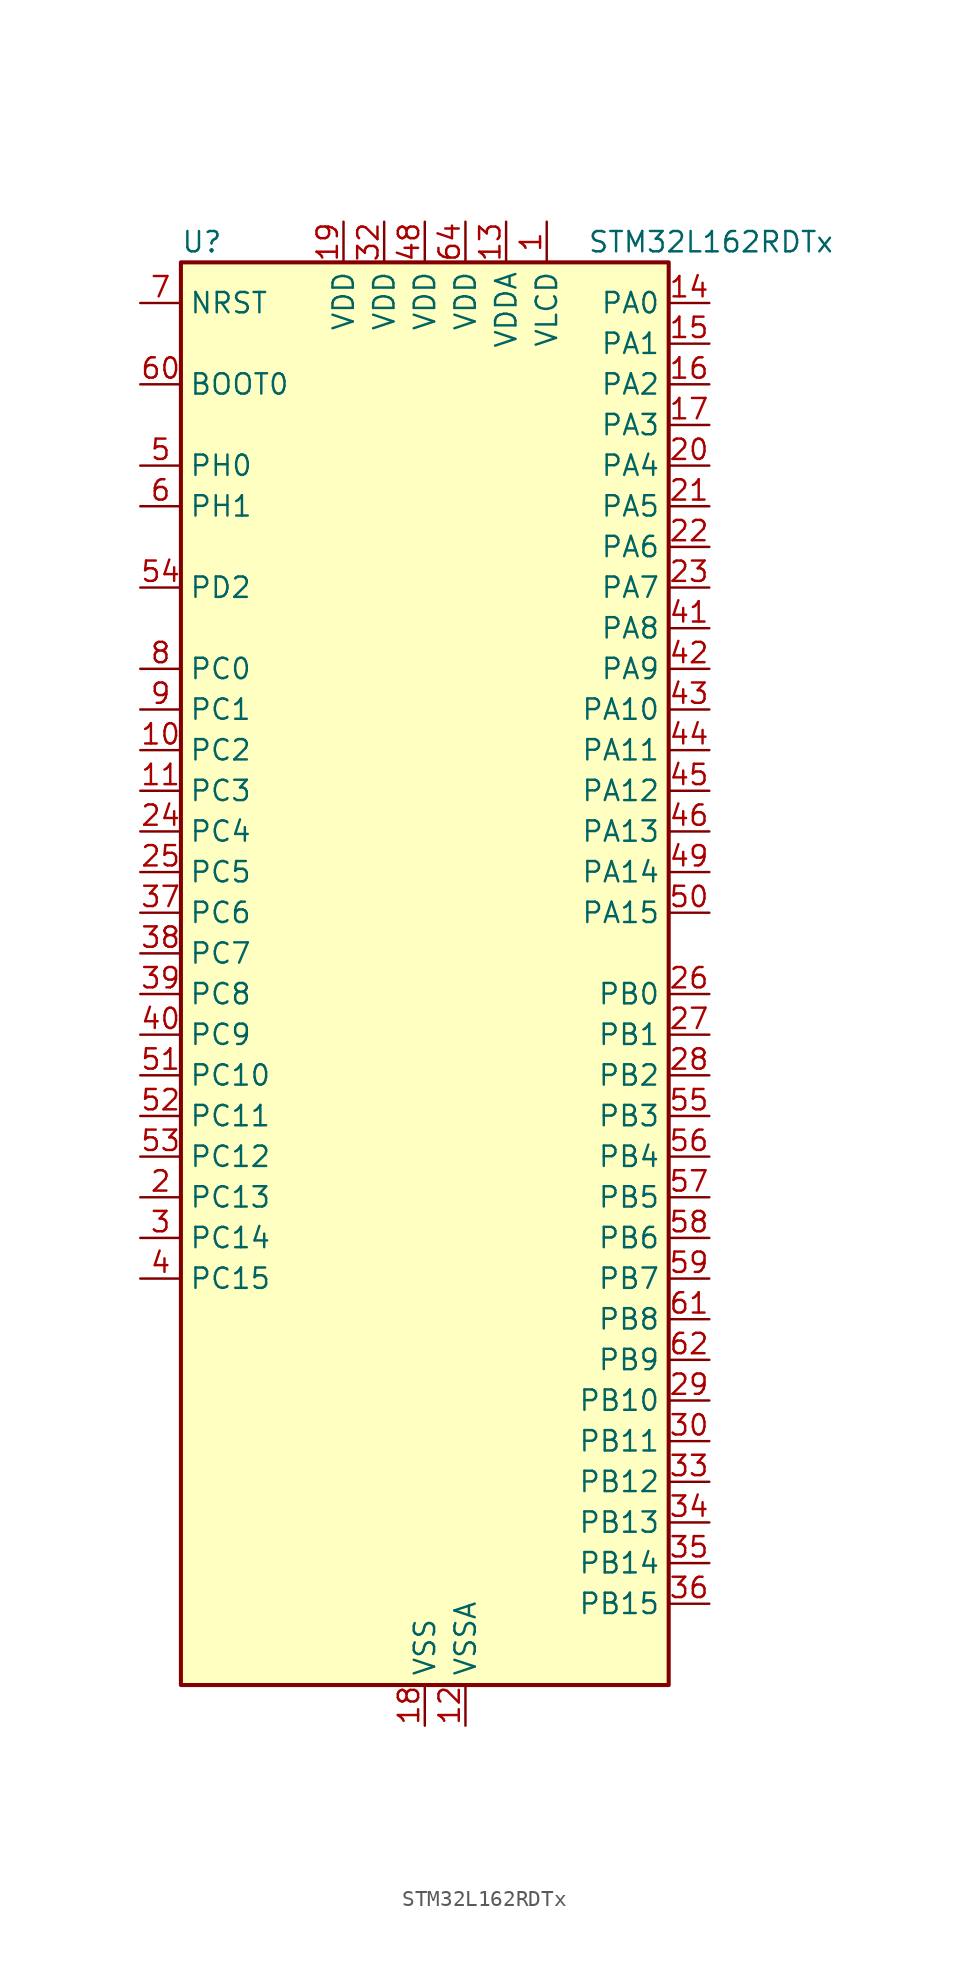
<source format=kicad_sym>
(kicad_symbol_lib
  (version 20231120)
  (generator "kicad-library-utils")
  (generator_version "8.0")
  (symbol "STM32L162RDTx"
    (property "Reference" "U"
      (at -15.24 46.99 0)
      (effects (font (size 1.27 1.27)) (justify left)))
    (property "Value" "STM32L162RDTx"
      (at 10.16 46.99 0)
      (effects (font (size 1.27 1.27)) (justify left)))
    (symbol "STM32L162RDTx_0_1"
      (rectangle (start -15.24 -43.18) (end 15.24 45.72) (stroke (width 0.254) (type default)) (fill (type background))))
    (symbol "STM32L162RDTx_1_1"
      (pin power_in line (at 7.62 48.26 270) (length 2.54) (name "VLCD" (effects (font (size 1.27 1.27)))) (number "1" (effects (font (size 1.27 1.27)))))
      (pin bidirectional line (at -17.78 15.24 0) (length 2.54) (name "PC2" (effects (font (size 1.27 1.27)))) (number "10" (effects (font (size 1.27 1.27)))) (alternate "ADC_IN12" bidirectional line) (alternate "COMP1_INP" bidirectional line) (alternate "LCD_SEG20" bidirectional line) (alternate "OPAMP3_VINM" bidirectional line) (alternate "TIMX_IC3" bidirectional line) (alternate "TS_G8_IO3" bidirectional line))
      (pin bidirectional line (at -17.78 12.7 0) (length 2.54) (name "PC3" (effects (font (size 1.27 1.27)))) (number "11" (effects (font (size 1.27 1.27)))) (alternate "ADC_IN13" bidirectional line) (alternate "COMP1_INP" bidirectional line) (alternate "LCD_SEG21" bidirectional line) (alternate "OPAMP3_VOUT" bidirectional line) (alternate "TIMX_IC4" bidirectional line) (alternate "TS_G8_IO4" bidirectional line))
      (pin power_in line (at 2.54 -45.72 90) (length 2.54) (name "VSSA" (effects (font (size 1.27 1.27)))) (number "12" (effects (font (size 1.27 1.27)))))
      (pin power_in line (at 5.08 48.26 270) (length 2.54) (name "VDDA" (effects (font (size 1.27 1.27)))) (number "13" (effects (font (size 1.27 1.27)))))
      (pin bidirectional line (at 17.78 43.18 180) (length 2.54) (name "PA0" (effects (font (size 1.27 1.27)))) (number "14" (effects (font (size 1.27 1.27)))) (alternate "ADC_IN0" bidirectional line) (alternate "COMP1_INP" bidirectional line) (alternate "RTC_TAMP2" bidirectional line) (alternate "SYS_WKUP1" bidirectional line) (alternate "TIM2_CH1" bidirectional line) (alternate "TIM2_ETR" bidirectional line) (alternate "TIM5_CH1" bidirectional line) (alternate "TIMX_IC1" bidirectional line) (alternate "TS_G1_IO1" bidirectional line) (alternate "USART2_CTS" bidirectional line))
      (pin bidirectional line (at 17.78 40.64 180) (length 2.54) (name "PA1" (effects (font (size 1.27 1.27)))) (number "15" (effects (font (size 1.27 1.27)))) (alternate "ADC_IN1" bidirectional line) (alternate "COMP1_INP" bidirectional line) (alternate "LCD_SEG0" bidirectional line) (alternate "OPAMP1_VINP" bidirectional line) (alternate "TIM2_CH2" bidirectional line) (alternate "TIM5_CH2" bidirectional line) (alternate "TIMX_IC2" bidirectional line) (alternate "TS_G1_IO2" bidirectional line) (alternate "USART2_RTS" bidirectional line))
      (pin bidirectional line (at 17.78 38.1 180) (length 2.54) (name "PA2" (effects (font (size 1.27 1.27)))) (number "16" (effects (font (size 1.27 1.27)))) (alternate "ADC_IN2" bidirectional line) (alternate "COMP1_INP" bidirectional line) (alternate "LCD_SEG1" bidirectional line) (alternate "OPAMP1_VINM" bidirectional line) (alternate "TIM2_CH3" bidirectional line) (alternate "TIM5_CH3" bidirectional line) (alternate "TIM9_CH1" bidirectional line) (alternate "TIMX_IC3" bidirectional line) (alternate "TS_G1_IO3" bidirectional line) (alternate "USART2_TX" bidirectional line))
      (pin bidirectional line (at 17.78 35.56 180) (length 2.54) (name "PA3" (effects (font (size 1.27 1.27)))) (number "17" (effects (font (size 1.27 1.27)))) (alternate "ADC_IN3" bidirectional line) (alternate "COMP1_INP" bidirectional line) (alternate "LCD_SEG2" bidirectional line) (alternate "OPAMP1_VOUT" bidirectional line) (alternate "TIM2_CH4" bidirectional line) (alternate "TIM5_CH4" bidirectional line) (alternate "TIM9_CH2" bidirectional line) (alternate "TIMX_IC4" bidirectional line) (alternate "TS_G1_IO4" bidirectional line) (alternate "USART2_RX" bidirectional line))
      (pin power_in line (at 0 -45.72 90) (length 2.54) (name "VSS" (effects (font (size 1.27 1.27)))) (number "18" (effects (font (size 1.27 1.27)))))
      (pin power_in line (at -5.08 48.26 270) (length 2.54) (name "VDD" (effects (font (size 1.27 1.27)))) (number "19" (effects (font (size 1.27 1.27)))))
      (pin bidirectional line (at -17.78 -12.7 0) (length 2.54) (name "PC13" (effects (font (size 1.27 1.27)))) (number "2" (effects (font (size 1.27 1.27)))) (alternate "RTC_OUT_ALARM" bidirectional line) (alternate "RTC_OUT_CALIB" bidirectional line) (alternate "RTC_TAMP1" bidirectional line) (alternate "RTC_TS" bidirectional line) (alternate "SYS_WKUP2" bidirectional line) (alternate "TIMX_IC2" bidirectional line))
      (pin bidirectional line (at 17.78 33.02 180) (length 2.54) (name "PA4" (effects (font (size 1.27 1.27)))) (number "20" (effects (font (size 1.27 1.27)))) (alternate "ADC_IN4" bidirectional line) (alternate "COMP1_INP" bidirectional line) (alternate "DAC_OUT1" bidirectional line) (alternate "I2S3_WS" bidirectional line) (alternate "SPI1_NSS" bidirectional line) (alternate "SPI3_NSS" bidirectional line) (alternate "TIMX_IC1" bidirectional line) (alternate "USART2_CK" bidirectional line))
      (pin bidirectional line (at 17.78 30.48 180) (length 2.54) (name "PA5" (effects (font (size 1.27 1.27)))) (number "21" (effects (font (size 1.27 1.27)))) (alternate "ADC_IN5" bidirectional line) (alternate "COMP1_INP" bidirectional line) (alternate "DAC_OUT2" bidirectional line) (alternate "SPI1_SCK" bidirectional line) (alternate "TIM2_CH1" bidirectional line) (alternate "TIM2_ETR" bidirectional line) (alternate "TIMX_IC2" bidirectional line))
      (pin bidirectional line (at 17.78 27.94 180) (length 2.54) (name "PA6" (effects (font (size 1.27 1.27)))) (number "22" (effects (font (size 1.27 1.27)))) (alternate "ADC_IN6" bidirectional line) (alternate "COMP1_INP" bidirectional line) (alternate "LCD_SEG3" bidirectional line) (alternate "OPAMP2_VINP" bidirectional line) (alternate "SPI1_MISO" bidirectional line) (alternate "TIM10_CH1" bidirectional line) (alternate "TIM3_CH1" bidirectional line) (alternate "TIMX_IC3" bidirectional line) (alternate "TS_G2_IO1" bidirectional line))
      (pin bidirectional line (at 17.78 25.4 180) (length 2.54) (name "PA7" (effects (font (size 1.27 1.27)))) (number "23" (effects (font (size 1.27 1.27)))) (alternate "ADC_IN7" bidirectional line) (alternate "COMP1_INP" bidirectional line) (alternate "LCD_SEG4" bidirectional line) (alternate "OPAMP2_VINM" bidirectional line) (alternate "SPI1_MOSI" bidirectional line) (alternate "TIM11_CH1" bidirectional line) (alternate "TIM3_CH2" bidirectional line) (alternate "TIMX_IC4" bidirectional line) (alternate "TS_G2_IO2" bidirectional line))
      (pin bidirectional line (at -17.78 10.16 0) (length 2.54) (name "PC4" (effects (font (size 1.27 1.27)))) (number "24" (effects (font (size 1.27 1.27)))) (alternate "ADC_IN14" bidirectional line) (alternate "COMP1_INP" bidirectional line) (alternate "LCD_SEG22" bidirectional line) (alternate "TIMX_IC1" bidirectional line) (alternate "TS_G9_IO1" bidirectional line))
      (pin bidirectional line (at -17.78 7.62 0) (length 2.54) (name "PC5" (effects (font (size 1.27 1.27)))) (number "25" (effects (font (size 1.27 1.27)))) (alternate "ADC_IN15" bidirectional line) (alternate "COMP1_INP" bidirectional line) (alternate "LCD_SEG23" bidirectional line) (alternate "TIMX_IC2" bidirectional line) (alternate "TS_G9_IO2" bidirectional line))
      (pin bidirectional line (at 17.78 0 180) (length 2.54) (name "PB0" (effects (font (size 1.27 1.27)))) (number "26" (effects (font (size 1.27 1.27)))) (alternate "ADC_IN8" bidirectional line) (alternate "COMP1_INP" bidirectional line) (alternate "LCD_SEG5" bidirectional line) (alternate "OPAMP2_VOUT" bidirectional line) (alternate "SYS_V_REF_OUT" bidirectional line) (alternate "TIM3_CH3" bidirectional line) (alternate "TS_G3_IO1" bidirectional line))
      (pin bidirectional line (at 17.78 -2.54 180) (length 2.54) (name "PB1" (effects (font (size 1.27 1.27)))) (number "27" (effects (font (size 1.27 1.27)))) (alternate "ADC_IN9" bidirectional line) (alternate "COMP1_INP" bidirectional line) (alternate "LCD_SEG6" bidirectional line) (alternate "SYS_V_REF_OUT" bidirectional line) (alternate "TIM3_CH4" bidirectional line) (alternate "TS_G3_IO2" bidirectional line))
      (pin bidirectional line (at 17.78 -5.08 180) (length 2.54) (name "PB2" (effects (font (size 1.27 1.27)))) (number "28" (effects (font (size 1.27 1.27)))) (alternate "TS_G3_IO3" bidirectional line))
      (pin bidirectional line (at 17.78 -25.4 180) (length 2.54) (name "PB10" (effects (font (size 1.27 1.27)))) (number "29" (effects (font (size 1.27 1.27)))) (alternate "I2C2_SCL" bidirectional line) (alternate "LCD_SEG10" bidirectional line) (alternate "TIM2_CH3" bidirectional line) (alternate "USART3_TX" bidirectional line))
      (pin bidirectional line (at -17.78 -15.24 0) (length 2.54) (name "PC14" (effects (font (size 1.27 1.27)))) (number "3" (effects (font (size 1.27 1.27)))) (alternate "RCC_OSC32_IN" bidirectional line) (alternate "TIMX_IC3" bidirectional line))
      (pin bidirectional line (at 17.78 -27.94 180) (length 2.54) (name "PB11" (effects (font (size 1.27 1.27)))) (number "30" (effects (font (size 1.27 1.27)))) (alternate "ADC_EXTI11" bidirectional line) (alternate "I2C2_SDA" bidirectional line) (alternate "LCD_SEG11" bidirectional line) (alternate "TIM2_CH4" bidirectional line) (alternate "USART3_RX" bidirectional line))
      (pin passive line (at 0 -45.72 90) (length 2.54) hide (name "VSS" (effects (font (size 1.27 1.27)))) (number "31" (effects (font (size 1.27 1.27)))))
      (pin power_in line (at -2.54 48.26 270) (length 2.54) (name "VDD" (effects (font (size 1.27 1.27)))) (number "32" (effects (font (size 1.27 1.27)))))
      (pin bidirectional line (at 17.78 -30.48 180) (length 2.54) (name "PB12" (effects (font (size 1.27 1.27)))) (number "33" (effects (font (size 1.27 1.27)))) (alternate "ADC_IN18" bidirectional line) (alternate "COMP1_INP" bidirectional line) (alternate "I2C2_SMBA" bidirectional line) (alternate "I2S2_WS" bidirectional line) (alternate "LCD_SEG12" bidirectional line) (alternate "SPI2_NSS" bidirectional line) (alternate "TIM10_CH1" bidirectional line) (alternate "TS_G7_IO1" bidirectional line) (alternate "USART3_CK" bidirectional line))
      (pin bidirectional line (at 17.78 -33.02 180) (length 2.54) (name "PB13" (effects (font (size 1.27 1.27)))) (number "34" (effects (font (size 1.27 1.27)))) (alternate "ADC_IN19" bidirectional line) (alternate "COMP1_INP" bidirectional line) (alternate "I2S2_CK" bidirectional line) (alternate "LCD_SEG13" bidirectional line) (alternate "SPI2_SCK" bidirectional line) (alternate "TIM9_CH1" bidirectional line) (alternate "TS_G7_IO2" bidirectional line) (alternate "USART3_CTS" bidirectional line))
      (pin bidirectional line (at 17.78 -35.56 180) (length 2.54) (name "PB14" (effects (font (size 1.27 1.27)))) (number "35" (effects (font (size 1.27 1.27)))) (alternate "ADC_IN20" bidirectional line) (alternate "COMP1_INP" bidirectional line) (alternate "LCD_SEG14" bidirectional line) (alternate "SPI2_MISO" bidirectional line) (alternate "TIM9_CH2" bidirectional line) (alternate "TS_G7_IO3" bidirectional line) (alternate "USART3_RTS" bidirectional line))
      (pin bidirectional line (at 17.78 -38.1 180) (length 2.54) (name "PB15" (effects (font (size 1.27 1.27)))) (number "36" (effects (font (size 1.27 1.27)))) (alternate "ADC_EXTI15" bidirectional line) (alternate "ADC_IN21" bidirectional line) (alternate "COMP1_INP" bidirectional line) (alternate "I2S2_SD" bidirectional line) (alternate "LCD_SEG15" bidirectional line) (alternate "RTC_REFIN" bidirectional line) (alternate "SPI2_MOSI" bidirectional line) (alternate "TIM11_CH1" bidirectional line) (alternate "TS_G7_IO4" bidirectional line))
      (pin bidirectional line (at -17.78 5.08 0) (length 2.54) (name "PC6" (effects (font (size 1.27 1.27)))) (number "37" (effects (font (size 1.27 1.27)))) (alternate "I2S2_MCK" bidirectional line) (alternate "LCD_SEG24" bidirectional line) (alternate "SDIO_D6" bidirectional line) (alternate "TIM3_CH1" bidirectional line) (alternate "TIMX_IC3" bidirectional line) (alternate "TS_G10_IO1" bidirectional line))
      (pin bidirectional line (at -17.78 2.54 0) (length 2.54) (name "PC7" (effects (font (size 1.27 1.27)))) (number "38" (effects (font (size 1.27 1.27)))) (alternate "I2S3_MCK" bidirectional line) (alternate "LCD_SEG25" bidirectional line) (alternate "SDIO_D7" bidirectional line) (alternate "TIM3_CH2" bidirectional line) (alternate "TIMX_IC4" bidirectional line) (alternate "TS_G10_IO2" bidirectional line))
      (pin bidirectional line (at -17.78 0 0) (length 2.54) (name "PC8" (effects (font (size 1.27 1.27)))) (number "39" (effects (font (size 1.27 1.27)))) (alternate "LCD_SEG26" bidirectional line) (alternate "SDIO_D0" bidirectional line) (alternate "TIM3_CH3" bidirectional line) (alternate "TIMX_IC1" bidirectional line) (alternate "TS_G10_IO3" bidirectional line))
      (pin bidirectional line (at -17.78 -17.78 0) (length 2.54) (name "PC15" (effects (font (size 1.27 1.27)))) (number "4" (effects (font (size 1.27 1.27)))) (alternate "ADC_EXTI15" bidirectional line) (alternate "RCC_OSC32_OUT" bidirectional line) (alternate "TIMX_IC4" bidirectional line))
      (pin bidirectional line (at -17.78 -2.54 0) (length 2.54) (name "PC9" (effects (font (size 1.27 1.27)))) (number "40" (effects (font (size 1.27 1.27)))) (alternate "DAC_EXTI9" bidirectional line) (alternate "LCD_SEG27" bidirectional line) (alternate "SDIO_D1" bidirectional line) (alternate "TIM3_CH4" bidirectional line) (alternate "TIMX_IC2" bidirectional line) (alternate "TS_G10_IO4" bidirectional line))
      (pin bidirectional line (at 17.78 22.86 180) (length 2.54) (name "PA8" (effects (font (size 1.27 1.27)))) (number "41" (effects (font (size 1.27 1.27)))) (alternate "LCD_COM0" bidirectional line) (alternate "RCC_MCO" bidirectional line) (alternate "TIMX_IC1" bidirectional line) (alternate "TS_G4_IO1" bidirectional line) (alternate "USART1_CK" bidirectional line))
      (pin bidirectional line (at 17.78 20.32 180) (length 2.54) (name "PA9" (effects (font (size 1.27 1.27)))) (number "42" (effects (font (size 1.27 1.27)))) (alternate "DAC_EXTI9" bidirectional line) (alternate "LCD_COM1" bidirectional line) (alternate "TIMX_IC2" bidirectional line) (alternate "TS_G4_IO2" bidirectional line) (alternate "USART1_TX" bidirectional line))
      (pin bidirectional line (at 17.78 17.78 180) (length 2.54) (name "PA10" (effects (font (size 1.27 1.27)))) (number "43" (effects (font (size 1.27 1.27)))) (alternate "LCD_COM2" bidirectional line) (alternate "TIMX_IC3" bidirectional line) (alternate "TS_G4_IO3" bidirectional line) (alternate "USART1_RX" bidirectional line))
      (pin bidirectional line (at 17.78 15.24 180) (length 2.54) (name "PA11" (effects (font (size 1.27 1.27)))) (number "44" (effects (font (size 1.27 1.27)))) (alternate "ADC_EXTI11" bidirectional line) (alternate "SPI1_MISO" bidirectional line) (alternate "TIMX_IC4" bidirectional line) (alternate "USART1_CTS" bidirectional line) (alternate "USB_DM" bidirectional line))
      (pin bidirectional line (at 17.78 12.7 180) (length 2.54) (name "PA12" (effects (font (size 1.27 1.27)))) (number "45" (effects (font (size 1.27 1.27)))) (alternate "SPI1_MOSI" bidirectional line) (alternate "TIMX_IC1" bidirectional line) (alternate "USART1_RTS" bidirectional line) (alternate "USB_DP" bidirectional line))
      (pin bidirectional line (at 17.78 10.16 180) (length 2.54) (name "PA13" (effects (font (size 1.27 1.27)))) (number "46" (effects (font (size 1.27 1.27)))) (alternate "SYS_JTMS-SWDIO" bidirectional line) (alternate "TIMX_IC2" bidirectional line) (alternate "TS_G5_IO1" bidirectional line))
      (pin passive line (at 0 -45.72 90) (length 2.54) hide (name "VSS" (effects (font (size 1.27 1.27)))) (number "47" (effects (font (size 1.27 1.27)))))
      (pin power_in line (at 0 48.26 270) (length 2.54) (name "VDD" (effects (font (size 1.27 1.27)))) (number "48" (effects (font (size 1.27 1.27)))))
      (pin bidirectional line (at 17.78 7.62 180) (length 2.54) (name "PA14" (effects (font (size 1.27 1.27)))) (number "49" (effects (font (size 1.27 1.27)))) (alternate "SYS_JTCK-SWCLK" bidirectional line) (alternate "TIMX_IC3" bidirectional line) (alternate "TS_G5_IO2" bidirectional line))
      (pin bidirectional line (at -17.78 33.02 0) (length 2.54) (name "PH0" (effects (font (size 1.27 1.27)))) (number "5" (effects (font (size 1.27 1.27)))) (alternate "RCC_OSC_IN" bidirectional line))
      (pin bidirectional line (at 17.78 5.08 180) (length 2.54) (name "PA15" (effects (font (size 1.27 1.27)))) (number "50" (effects (font (size 1.27 1.27)))) (alternate "ADC_EXTI15" bidirectional line) (alternate "I2S3_WS" bidirectional line) (alternate "LCD_SEG17" bidirectional line) (alternate "SPI1_NSS" bidirectional line) (alternate "SPI3_NSS" bidirectional line) (alternate "SYS_JTDI" bidirectional line) (alternate "TIM2_CH1" bidirectional line) (alternate "TIM2_ETR" bidirectional line) (alternate "TIMX_IC4" bidirectional line) (alternate "TS_G5_IO3" bidirectional line))
      (pin bidirectional line (at -17.78 -5.08 0) (length 2.54) (name "PC10" (effects (font (size 1.27 1.27)))) (number "51" (effects (font (size 1.27 1.27)))) (alternate "I2S3_CK" bidirectional line) (alternate "LCD_COM4" bidirectional line) (alternate "LCD_SEG28" bidirectional line) (alternate "LCD_SEG40" bidirectional line) (alternate "SDIO_D2" bidirectional line) (alternate "SPI3_SCK" bidirectional line) (alternate "TIMX_IC3" bidirectional line) (alternate "UART4_TX" bidirectional line) (alternate "USART3_TX" bidirectional line))
      (pin bidirectional line (at -17.78 -7.62 0) (length 2.54) (name "PC11" (effects (font (size 1.27 1.27)))) (number "52" (effects (font (size 1.27 1.27)))) (alternate "ADC_EXTI11" bidirectional line) (alternate "LCD_COM5" bidirectional line) (alternate "LCD_SEG29" bidirectional line) (alternate "LCD_SEG41" bidirectional line) (alternate "SDIO_D3" bidirectional line) (alternate "SPI3_MISO" bidirectional line) (alternate "TIMX_IC4" bidirectional line) (alternate "UART4_RX" bidirectional line) (alternate "USART3_RX" bidirectional line))
      (pin bidirectional line (at -17.78 -10.16 0) (length 2.54) (name "PC12" (effects (font (size 1.27 1.27)))) (number "53" (effects (font (size 1.27 1.27)))) (alternate "I2S3_SD" bidirectional line) (alternate "LCD_COM6" bidirectional line) (alternate "LCD_SEG30" bidirectional line) (alternate "LCD_SEG42" bidirectional line) (alternate "SDIO_CK" bidirectional line) (alternate "SPI3_MOSI" bidirectional line) (alternate "TIMX_IC1" bidirectional line) (alternate "UART5_TX" bidirectional line) (alternate "USART3_CK" bidirectional line))
      (pin bidirectional line (at -17.78 25.4 0) (length 2.54) (name "PD2" (effects (font (size 1.27 1.27)))) (number "54" (effects (font (size 1.27 1.27)))) (alternate "LCD_COM7" bidirectional line) (alternate "LCD_SEG31" bidirectional line) (alternate "LCD_SEG43" bidirectional line) (alternate "SDIO_CMD" bidirectional line) (alternate "TIM3_ETR" bidirectional line) (alternate "TIMX_IC3" bidirectional line) (alternate "UART5_RX" bidirectional line))
      (pin bidirectional line (at 17.78 -7.62 180) (length 2.54) (name "PB3" (effects (font (size 1.27 1.27)))) (number "55" (effects (font (size 1.27 1.27)))) (alternate "COMP2_INM" bidirectional line) (alternate "I2S3_CK" bidirectional line) (alternate "LCD_SEG7" bidirectional line) (alternate "SPI1_SCK" bidirectional line) (alternate "SPI3_SCK" bidirectional line) (alternate "SYS_JTDO-TRACESWO" bidirectional line) (alternate "TIM2_CH2" bidirectional line))
      (pin bidirectional line (at 17.78 -10.16 180) (length 2.54) (name "PB4" (effects (font (size 1.27 1.27)))) (number "56" (effects (font (size 1.27 1.27)))) (alternate "COMP2_INP" bidirectional line) (alternate "LCD_SEG8" bidirectional line) (alternate "SPI1_MISO" bidirectional line) (alternate "SPI3_MISO" bidirectional line) (alternate "SYS_JTRST" bidirectional line) (alternate "TIM3_CH1" bidirectional line) (alternate "TS_G6_IO1" bidirectional line))
      (pin bidirectional line (at 17.78 -12.7 180) (length 2.54) (name "PB5" (effects (font (size 1.27 1.27)))) (number "57" (effects (font (size 1.27 1.27)))) (alternate "COMP2_INP" bidirectional line) (alternate "I2C1_SMBA" bidirectional line) (alternate "I2S3_SD" bidirectional line) (alternate "LCD_SEG9" bidirectional line) (alternate "SPI1_MOSI" bidirectional line) (alternate "SPI3_MOSI" bidirectional line) (alternate "TIM3_CH2" bidirectional line) (alternate "TS_G6_IO2" bidirectional line))
      (pin bidirectional line (at 17.78 -15.24 180) (length 2.54) (name "PB6" (effects (font (size 1.27 1.27)))) (number "58" (effects (font (size 1.27 1.27)))) (alternate "COMP2_INP" bidirectional line) (alternate "I2C1_SCL" bidirectional line) (alternate "TIM4_CH1" bidirectional line) (alternate "TS_G6_IO3" bidirectional line) (alternate "USART1_TX" bidirectional line))
      (pin bidirectional line (at 17.78 -17.78 180) (length 2.54) (name "PB7" (effects (font (size 1.27 1.27)))) (number "59" (effects (font (size 1.27 1.27)))) (alternate "COMP2_INP" bidirectional line) (alternate "I2C1_SDA" bidirectional line) (alternate "SYS_PVD_IN" bidirectional line) (alternate "TIM4_CH2" bidirectional line) (alternate "TS_G6_IO4" bidirectional line) (alternate "USART1_RX" bidirectional line))
      (pin bidirectional line (at -17.78 30.48 0) (length 2.54) (name "PH1" (effects (font (size 1.27 1.27)))) (number "6" (effects (font (size 1.27 1.27)))) (alternate "RCC_OSC_OUT" bidirectional line))
      (pin input line (at -17.78 38.1 0) (length 2.54) (name "BOOT0" (effects (font (size 1.27 1.27)))) (number "60" (effects (font (size 1.27 1.27)))))
      (pin bidirectional line (at 17.78 -20.32 180) (length 2.54) (name "PB8" (effects (font (size 1.27 1.27)))) (number "61" (effects (font (size 1.27 1.27)))) (alternate "I2C1_SCL" bidirectional line) (alternate "LCD_SEG16" bidirectional line) (alternate "SDIO_D4" bidirectional line) (alternate "TIM10_CH1" bidirectional line) (alternate "TIM4_CH3" bidirectional line))
      (pin bidirectional line (at 17.78 -22.86 180) (length 2.54) (name "PB9" (effects (font (size 1.27 1.27)))) (number "62" (effects (font (size 1.27 1.27)))) (alternate "DAC_EXTI9" bidirectional line) (alternate "I2C1_SDA" bidirectional line) (alternate "LCD_COM3" bidirectional line) (alternate "SDIO_D5" bidirectional line) (alternate "TIM11_CH1" bidirectional line) (alternate "TIM4_CH4" bidirectional line))
      (pin passive line (at 0 -45.72 90) (length 2.54) hide (name "VSS" (effects (font (size 1.27 1.27)))) (number "63" (effects (font (size 1.27 1.27)))))
      (pin power_in line (at 2.54 48.26 270) (length 2.54) (name "VDD" (effects (font (size 1.27 1.27)))) (number "64" (effects (font (size 1.27 1.27)))))
      (pin input line (at -17.78 43.18 0) (length 2.54) (name "NRST" (effects (font (size 1.27 1.27)))) (number "7" (effects (font (size 1.27 1.27)))))
      (pin bidirectional line (at -17.78 20.32 0) (length 2.54) (name "PC0" (effects (font (size 1.27 1.27)))) (number "8" (effects (font (size 1.27 1.27)))) (alternate "ADC_IN10" bidirectional line) (alternate "COMP1_INP" bidirectional line) (alternate "LCD_SEG18" bidirectional line) (alternate "TIMX_IC1" bidirectional line) (alternate "TS_G8_IO1" bidirectional line))
      (pin bidirectional line (at -17.78 17.78 0) (length 2.54) (name "PC1" (effects (font (size 1.27 1.27)))) (number "9" (effects (font (size 1.27 1.27)))) (alternate "ADC_IN11" bidirectional line) (alternate "COMP1_INP" bidirectional line) (alternate "LCD_SEG19" bidirectional line) (alternate "OPAMP3_VINP" bidirectional line) (alternate "TIMX_IC2" bidirectional line) (alternate "TS_G8_IO2" bidirectional line)))))
</source>
